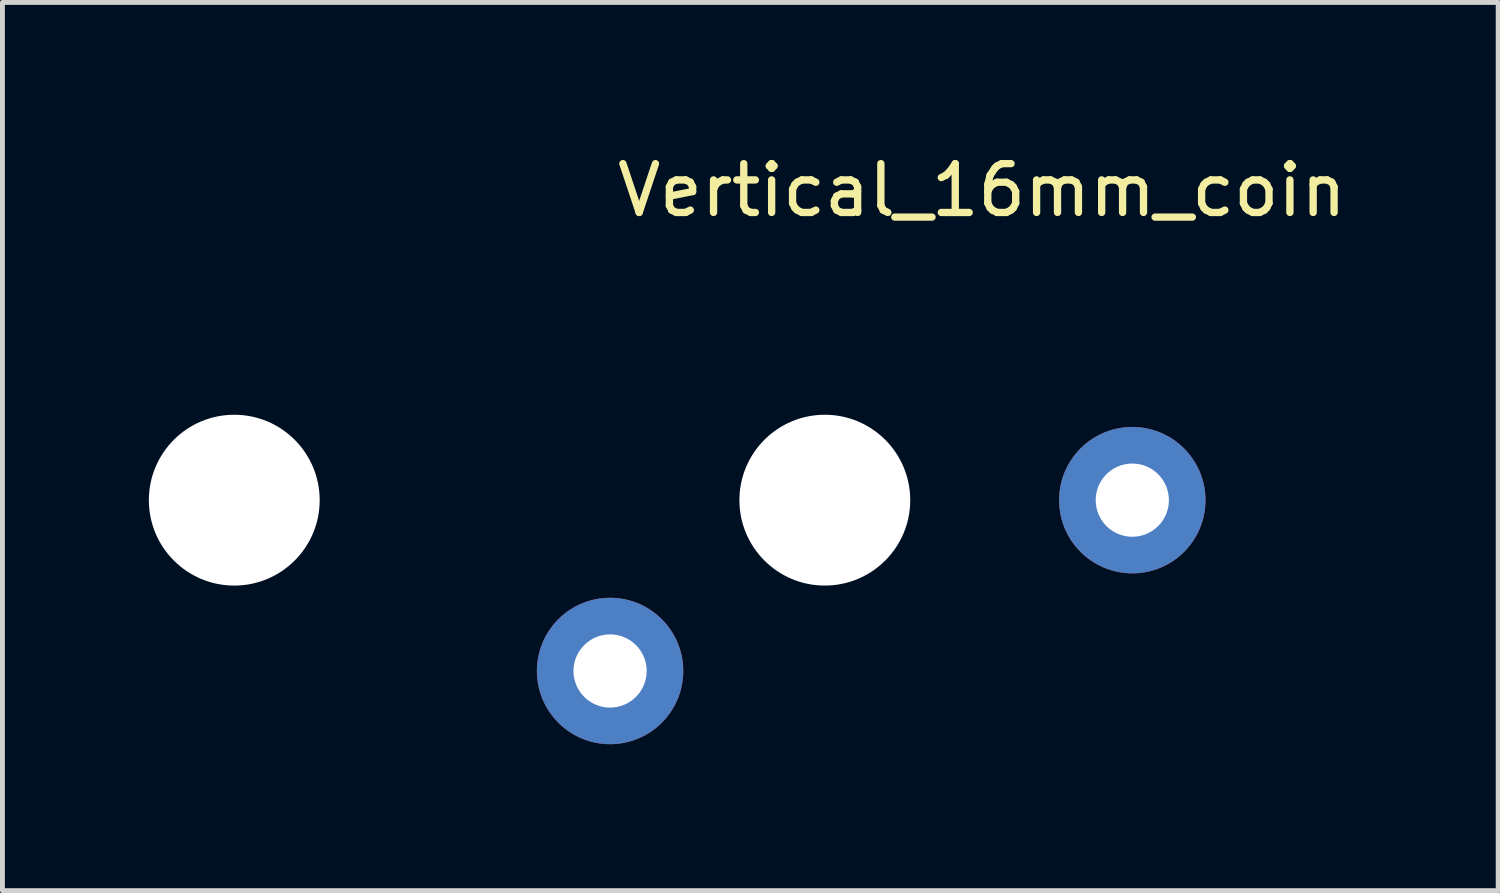
<source format=kicad_pcb>
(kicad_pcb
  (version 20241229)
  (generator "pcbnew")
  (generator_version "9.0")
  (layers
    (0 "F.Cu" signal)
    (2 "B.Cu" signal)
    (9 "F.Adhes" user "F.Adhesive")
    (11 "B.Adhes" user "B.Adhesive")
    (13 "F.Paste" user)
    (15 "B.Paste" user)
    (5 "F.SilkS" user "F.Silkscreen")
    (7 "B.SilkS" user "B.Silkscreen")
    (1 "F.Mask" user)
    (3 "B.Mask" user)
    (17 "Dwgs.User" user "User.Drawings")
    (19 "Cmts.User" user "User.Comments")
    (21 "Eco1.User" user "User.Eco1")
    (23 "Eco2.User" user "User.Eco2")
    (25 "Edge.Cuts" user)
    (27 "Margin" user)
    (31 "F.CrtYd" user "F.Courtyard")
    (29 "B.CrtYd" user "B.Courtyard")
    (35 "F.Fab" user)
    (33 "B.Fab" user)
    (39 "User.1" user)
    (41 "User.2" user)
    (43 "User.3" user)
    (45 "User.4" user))
  (footprint "Vertical_16mm_coin"
    (layer "F.Cu")
    (at 9.45 7.198)
    (property "Reference" "Vertical_16mm_coin" (at 7.62 -6.35 0) (layer "F.SilkS") (effects (font (size 1 1) (thickness 0.15))))
    (attr through_hole)
    (pad "" np_thru_hole circle (at -7.7 0 90) (size 3.5 3.5) (drill 3.5) (layers "*.Cu" "*.Mask"))
    (pad "" np_thru_hole circle (at 4.4 0) (size 3.5 3.5) (drill 3.5) (layers "*.Cu" "*.Mask"))
    (pad "NEG" thru_hole circle (at 0 3.5) (size 3 3) (drill 1.5) (layers "*.Cu" "*.Mask"))
    (pad "POS" thru_hole circle (at 10.7 0) (size 3 3) (drill 1.5) (layers "*.Cu" "*.Mask")))
  (gr_rect
    (start -3 -3)
    (end 27.647 15.198)
    (stroke (width 0.1) (type default))
    (fill no)
    (layer "Edge.Cuts")))
</source>
